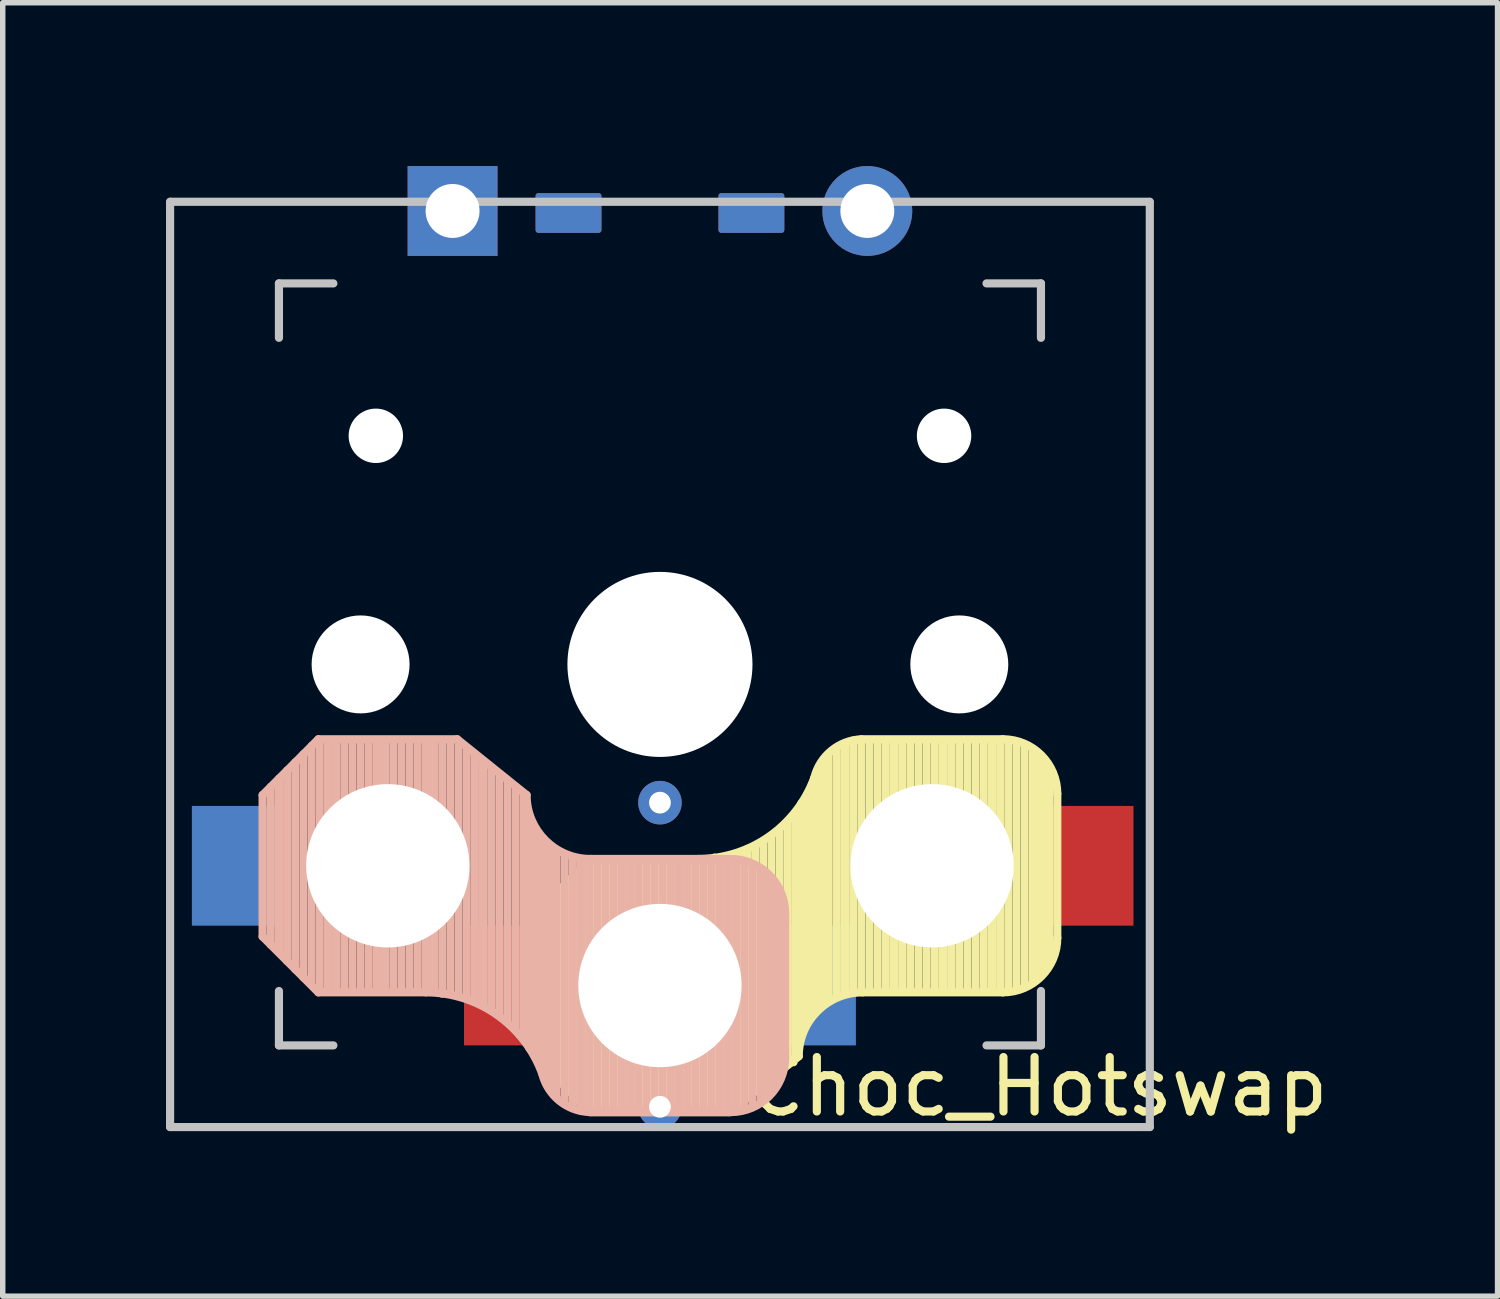
<source format=kicad_pcb>
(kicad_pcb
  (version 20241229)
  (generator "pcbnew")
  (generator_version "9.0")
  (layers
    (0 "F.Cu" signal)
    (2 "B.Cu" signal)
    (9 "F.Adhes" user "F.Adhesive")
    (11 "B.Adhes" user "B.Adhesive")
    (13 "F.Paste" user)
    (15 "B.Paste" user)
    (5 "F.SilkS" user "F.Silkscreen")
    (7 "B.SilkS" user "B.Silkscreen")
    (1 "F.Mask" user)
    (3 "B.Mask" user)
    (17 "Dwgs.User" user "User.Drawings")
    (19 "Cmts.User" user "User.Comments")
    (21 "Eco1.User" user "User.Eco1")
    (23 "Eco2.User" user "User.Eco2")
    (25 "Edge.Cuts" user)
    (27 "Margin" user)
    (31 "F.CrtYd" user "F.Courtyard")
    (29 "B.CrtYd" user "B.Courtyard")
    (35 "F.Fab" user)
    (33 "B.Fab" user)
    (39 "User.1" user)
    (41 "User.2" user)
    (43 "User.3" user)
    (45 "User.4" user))
  (footprint "Choc_Hotswap"
    (layer "F.Cu")
    (at 9.075 9.157)
    (property "Reference" "Choc_Hotswap" (at 6.954 7.759 0) (layer "F.SilkS") (effects (font (size 1 1) (thickness 0.15))))
    (attr through_hole)
    (fp_line (start -2.3 4.6) (end -1.275 3.575) (stroke (width 0.15) (type solid)) (layer "F.SilkS"))
    (fp_line (start -2.3 7.2) (end -2.3 4.6) (stroke (width 0.15) (type solid)) (layer "F.SilkS"))
    (fp_line (start -2.3 7.2) (end -1.275 8.225) (stroke (width 0.15) (type solid)) (layer "F.SilkS"))
    (fp_line (start -2.15 4.45) (end -2.15 7.35) (stroke (width 0.15) (type solid)) (layer "F.SilkS"))
    (fp_line (start -2 4.35) (end -2 7.5) (stroke (width 0.15) (type solid)) (layer "F.SilkS"))
    (fp_line (start -1.85 4.15) (end -1.85 7.65) (stroke (width 0.15) (type solid)) (layer "F.SilkS"))
    (fp_line (start -1.7 4) (end -1.7 7.8) (stroke (width 0.15) (type solid)) (layer "F.SilkS"))
    (fp_line (start -1.55 3.85) (end -1.55 7.95) (stroke (width 0.15) (type solid)) (layer "F.SilkS"))
    (fp_line (start -1.4 3.75) (end -1.4 8.1) (stroke (width 0.15) (type solid)) (layer "F.SilkS"))
    (fp_line (start -1.25 3.6) (end -1.25 8.2) (stroke (width 0.15) (type solid)) (layer "F.SilkS"))
    (fp_line (start -1.1 3.6) (end -1.1 8.2) (stroke (width 0.15) (type solid)) (layer "F.SilkS"))
    (fp_line (start -0.95 3.6) (end -0.95 8.2) (stroke (width 0.15) (type solid)) (layer "F.SilkS"))
    (fp_line (start -0.8 3.6) (end -0.8 8.2) (stroke (width 0.15) (type solid)) (layer "F.SilkS"))
    (fp_line (start -0.65 3.6) (end -0.65 8.2) (stroke (width 0.15) (type solid)) (layer "F.SilkS"))
    (fp_line (start -0.5 3.6) (end -0.5 8.2) (stroke (width 0.15) (type solid)) (layer "F.SilkS"))
    (fp_line (start -0.35 3.6) (end -0.35 8.2) (stroke (width 0.15) (type solid)) (layer "F.SilkS"))
    (fp_line (start -0.2 3.6) (end -0.2 8.2) (stroke (width 0.15) (type solid)) (layer "F.SilkS"))
    (fp_line (start -0.05 3.6) (end -0.05 8.2) (stroke (width 0.15) (type solid)) (layer "F.SilkS"))
    (fp_line (start 0.1 3.6) (end 0.1 8.2) (stroke (width 0.15) (type solid)) (layer "F.SilkS"))
    (fp_line (start 0.25 3.6) (end 0.25 8.2) (stroke (width 0.15) (type solid)) (layer "F.SilkS"))
    (fp_line (start 0.4 3.6) (end 0.4 8.2) (stroke (width 0.15) (type solid)) (layer "F.SilkS"))
    (fp_line (start 0.55 3.6) (end 0.55 8.2) (stroke (width 0.15) (type solid)) (layer "F.SilkS"))
    (fp_line (start 0.7 3.575) (end -1.275 3.575) (stroke (width 0.15) (type solid)) (layer "F.SilkS"))
    (fp_line (start 0.7 3.6) (end 0.7 8.2) (stroke (width 0.15) (type solid)) (layer "F.SilkS"))
    (fp_line (start 0.85 3.6) (end 0.85 8.15) (stroke (width 0.15) (type solid)) (layer "F.SilkS"))
    (fp_line (start 1 3.55) (end 1 8.2) (stroke (width 0.15) (type solid)) (layer "F.SilkS"))
    (fp_line (start 1.15 3.55) (end 1.15 8.2) (stroke (width 0.15) (type solid)) (layer "F.SilkS"))
    (fp_line (start 1.275 8.225) (end -1.275 8.225) (stroke (width 0.15) (type solid)) (layer "F.SilkS"))
    (fp_line (start 1.275 8.225) (end 2.55 7.2) (stroke (width 0.15) (type solid)) (layer "F.SilkS"))
    (fp_line (start 1.3 3.55) (end 1.3 8.15) (stroke (width 0.15) (type solid)) (layer "F.SilkS"))
    (fp_line (start 1.45 3.5) (end 1.45 8.05) (stroke (width 0.15) (type solid)) (layer "F.SilkS"))
    (fp_line (start 1.6 3.4) (end 1.6 7.95) (stroke (width 0.15) (type solid)) (layer "F.SilkS"))
    (fp_line (start 1.75 3.35) (end 1.75 7.8) (stroke (width 0.15) (type solid)) (layer "F.SilkS"))
    (fp_line (start 1.9 3.25) (end 1.9 7.7) (stroke (width 0.15) (type solid)) (layer "F.SilkS"))
    (fp_line (start 2.05 3.15) (end 2.05 7.55) (stroke (width 0.15) (type solid)) (layer "F.SilkS"))
    (fp_line (start 2.2 3.05) (end 2.2 7.45) (stroke (width 0.15) (type solid)) (layer "F.SilkS"))
    (fp_line (start 2.35 2.9) (end 2.35 7.35) (stroke (width 0.15) (type solid)) (layer "F.SilkS"))
    (fp_line (start 2.5 2.75) (end 2.5 7.2) (stroke (width 0.15) (type solid)) (layer "F.SilkS"))
    (fp_line (start 2.6 2.55) (end 2.6 6.7) (stroke (width 0.15) (type solid)) (layer "F.SilkS"))
    (fp_line (start 2.7 2.4) (end 2.7 6.55) (stroke (width 0.15) (type solid)) (layer "F.SilkS"))
    (fp_line (start 2.8 2.2) (end 2.8 6.35) (stroke (width 0.15) (type solid)) (layer "F.SilkS"))
    (fp_line (start 2.9 2.05) (end 2.9 6.25) (stroke (width 0.15) (type solid)) (layer "F.SilkS"))
    (fp_line (start 3 1.8) (end 3 6.2) (stroke (width 0.15) (type solid)) (layer "F.SilkS"))
    (fp_line (start 3.1 1.65) (end 3.1 6.15) (stroke (width 0.15) (type solid)) (layer "F.SilkS"))
    (fp_line (start 3.25 1.55) (end 3.25 6.1) (stroke (width 0.15) (type solid)) (layer "F.SilkS"))
    (fp_line (start 3.4 1.45) (end 3.4 6) (stroke (width 0.15) (type solid)) (layer "F.SilkS"))
    (fp_line (start 3.55 1.4) (end 3.55 6) (stroke (width 0.15) (type solid)) (layer "F.SilkS"))
    (fp_line (start 3.7 1.4) (end 3.7 6) (stroke (width 0.15) (type solid)) (layer "F.SilkS"))
    (fp_line (start 3.85 1.4) (end 3.85 5.95) (stroke (width 0.15) (type solid)) (layer "F.SilkS"))
    (fp_line (start 4 1.4) (end 4 6) (stroke (width 0.15) (type solid)) (layer "F.SilkS"))
    (fp_line (start 4.15 1.4) (end 4.15 6) (stroke (width 0.15) (type solid)) (layer "F.SilkS"))
    (fp_line (start 4.3 1.4) (end 4.3 6) (stroke (width 0.15) (type solid)) (layer "F.SilkS"))
    (fp_line (start 4.45 1.4) (end 4.45 6) (stroke (width 0.15) (type solid)) (layer "F.SilkS"))
    (fp_line (start 4.6 1.4) (end 4.6 6) (stroke (width 0.15) (type solid)) (layer "F.SilkS"))
    (fp_line (start 4.75 1.4) (end 4.75 6) (stroke (width 0.15) (type solid)) (layer "F.SilkS"))
    (fp_line (start 4.9 1.4) (end 4.9 6) (stroke (width 0.15) (type solid)) (layer "F.SilkS"))
    (fp_line (start 5.05 1.4) (end 5.05 6) (stroke (width 0.15) (type solid)) (layer "F.SilkS"))
    (fp_line (start 5.2 1.4) (end 5.2 6) (stroke (width 0.15) (type solid)) (layer "F.SilkS"))
    (fp_line (start 5.35 1.4) (end 5.35 6) (stroke (width 0.15) (type solid)) (layer "F.SilkS"))
    (fp_line (start 5.5 1.4) (end 5.5 6) (stroke (width 0.15) (type solid)) (layer "F.SilkS"))
    (fp_line (start 5.65 1.4) (end 5.65 6) (stroke (width 0.15) (type solid)) (layer "F.SilkS"))
    (fp_line (start 5.8 1.4) (end 5.8 6) (stroke (width 0.15) (type solid)) (layer "F.SilkS"))
    (fp_line (start 5.95 1.4) (end 5.95 6) (stroke (width 0.15) (type solid)) (layer "F.SilkS"))
    (fp_line (start 6.1 1.4) (end 6.1 6) (stroke (width 0.15) (type solid)) (layer "F.SilkS"))
    (fp_line (start 6.25 1.4) (end 6.25 6) (stroke (width 0.15) (type solid)) (layer "F.SilkS"))
    (fp_line (start 6.3 1.375) (end 3.7 1.375) (stroke (width 0.15) (type solid)) (layer "F.SilkS"))
    (fp_line (start 6.3 6.025) (end 3.725 6.025) (stroke (width 0.15) (type solid)) (layer "F.SilkS"))
    (fp_line (start 6.4 1.4) (end 6.4 5.95) (stroke (width 0.15) (type solid)) (layer "F.SilkS"))
    (fp_line (start 6.55 1.45) (end 6.55 5.95) (stroke (width 0.15) (type solid)) (layer "F.SilkS"))
    (fp_line (start 6.7 1.5) (end 6.7 5.9) (stroke (width 0.15) (type solid)) (layer "F.SilkS"))
    (fp_line (start 6.85 1.6) (end 6.85 5.8) (stroke (width 0.15) (type solid)) (layer "F.SilkS"))
    (fp_line (start 6.95 1.7) (end 6.95 5.65) (stroke (width 0.15) (type solid)) (layer "F.SilkS"))
    (fp_line (start 7.05 1.8) (end 7.05 5.55) (stroke (width 0.15) (type solid)) (layer "F.SilkS"))
    (fp_line (start 7.15 1.95) (end 7.15 5.5) (stroke (width 0.15) (type solid)) (layer "F.SilkS"))
    (fp_line (start 7.3 5.025) (end 7.3 2.375) (stroke (width 0.15) (type solid)) (layer "F.SilkS"))
    (fp_arc (start 2.55 7.2) (mid 2.89415 6.36915) (end 3.725 6.025) (stroke (width 0.15) (type solid)) (layer "F.SilkS"))
    (fp_arc (start 2.837801 2.078096) (mid 2.004887 3.163571) (end 0.7 3.575) (stroke (width 0.15) (type solid)) (layer "F.SilkS"))
    (fp_arc (start 2.837801 2.078096) (mid 3.151716 1.583979) (end 3.699005 1.376209) (stroke (width 0.15) (type solid)) (layer "F.SilkS"))
    (fp_arc (start 6.3 1.375) (mid 7.007107 1.667893) (end 7.3 2.375) (stroke (width 0.15) (type solid)) (layer "F.SilkS"))
    (fp_arc (start 7.3 5.025) (mid 7.007107 5.732107) (end 6.3 6.025) (stroke (width 0.15) (type solid)) (layer "F.SilkS"))
    (fp_line (start -7.3 2.4) (end -7.3 5) (stroke (width 0.15) (type solid)) (layer "B.SilkS"))
    (fp_line (start -7.3 2.4) (end -6.275 1.375) (stroke (width 0.15) (type solid)) (layer "B.SilkS"))
    (fp_line (start -7.3 5) (end -6.275 6.025) (stroke (width 0.15) (type solid)) (layer "B.SilkS"))
    (fp_line (start -7.15 5.15) (end -7.15 2.25) (stroke (width 0.15) (type solid)) (layer "B.SilkS"))
    (fp_line (start -7 5.25) (end -7 2.1) (stroke (width 0.15) (type solid)) (layer "B.SilkS"))
    (fp_line (start -6.85 5.45) (end -6.85 1.95) (stroke (width 0.15) (type solid)) (layer "B.SilkS"))
    (fp_line (start -6.7 5.6) (end -6.7 1.8) (stroke (width 0.15) (type solid)) (layer "B.SilkS"))
    (fp_line (start -6.55 5.75) (end -6.55 1.65) (stroke (width 0.15) (type solid)) (layer "B.SilkS"))
    (fp_line (start -6.4 5.85) (end -6.4 1.5) (stroke (width 0.15) (type solid)) (layer "B.SilkS"))
    (fp_line (start -6.25 6) (end -6.25 1.4) (stroke (width 0.15) (type solid)) (layer "B.SilkS"))
    (fp_line (start -6.1 6) (end -6.1 1.4) (stroke (width 0.15) (type solid)) (layer "B.SilkS"))
    (fp_line (start -5.95 6) (end -5.95 1.4) (stroke (width 0.15) (type solid)) (layer "B.SilkS"))
    (fp_line (start -5.8 6) (end -5.8 1.4) (stroke (width 0.15) (type solid)) (layer "B.SilkS"))
    (fp_line (start -5.65 6) (end -5.65 1.4) (stroke (width 0.15) (type solid)) (layer "B.SilkS"))
    (fp_line (start -5.5 6) (end -5.5 1.4) (stroke (width 0.15) (type solid)) (layer "B.SilkS"))
    (fp_line (start -5.35 6) (end -5.35 1.4) (stroke (width 0.15) (type solid)) (layer "B.SilkS"))
    (fp_line (start -5.2 6) (end -5.2 1.4) (stroke (width 0.15) (type solid)) (layer "B.SilkS"))
    (fp_line (start -5.05 6) (end -5.05 1.4) (stroke (width 0.15) (type solid)) (layer "B.SilkS"))
    (fp_line (start -4.9 6) (end -4.9 1.4) (stroke (width 0.15) (type solid)) (layer "B.SilkS"))
    (fp_line (start -4.75 6) (end -4.75 1.4) (stroke (width 0.15) (type solid)) (layer "B.SilkS"))
    (fp_line (start -4.6 6) (end -4.6 1.4) (stroke (width 0.15) (type solid)) (layer "B.SilkS"))
    (fp_line (start -4.45 6) (end -4.45 1.4) (stroke (width 0.15) (type solid)) (layer "B.SilkS"))
    (fp_line (start -4.3 6) (end -4.3 1.4) (stroke (width 0.15) (type solid)) (layer "B.SilkS"))
    (fp_line (start -4.3 6.025) (end -6.275 6.025) (stroke (width 0.15) (type solid)) (layer "B.SilkS"))
    (fp_line (start -4.15 6) (end -4.15 1.45) (stroke (width 0.15) (type solid)) (layer "B.SilkS"))
    (fp_line (start -4 6.05) (end -4 1.4) (stroke (width 0.15) (type solid)) (layer "B.SilkS"))
    (fp_line (start -3.85 6.05) (end -3.85 1.4) (stroke (width 0.15) (type solid)) (layer "B.SilkS"))
    (fp_line (start -3.725 1.375) (end -6.275 1.375) (stroke (width 0.15) (type solid)) (layer "B.SilkS"))
    (fp_line (start -3.725 1.375) (end -2.45 2.4) (stroke (width 0.15) (type solid)) (layer "B.SilkS"))
    (fp_line (start -3.7 6.05) (end -3.7 1.45) (stroke (width 0.15) (type solid)) (layer "B.SilkS"))
    (fp_line (start -3.55 6.1) (end -3.55 1.55) (stroke (width 0.15) (type solid)) (layer "B.SilkS"))
    (fp_line (start -3.4 6.2) (end -3.4 1.65) (stroke (width 0.15) (type solid)) (layer "B.SilkS"))
    (fp_line (start -3.25 6.25) (end -3.25 1.8) (stroke (width 0.15) (type solid)) (layer "B.SilkS"))
    (fp_line (start -3.1 6.35) (end -3.1 1.9) (stroke (width 0.15) (type solid)) (layer "B.SilkS"))
    (fp_line (start -2.95 6.45) (end -2.95 2.05) (stroke (width 0.15) (type solid)) (layer "B.SilkS"))
    (fp_line (start -2.8 6.55) (end -2.8 2.15) (stroke (width 0.15) (type solid)) (layer "B.SilkS"))
    (fp_line (start -2.65 6.7) (end -2.65 2.25) (stroke (width 0.15) (type solid)) (layer "B.SilkS"))
    (fp_line (start -2.5 6.85) (end -2.5 2.4) (stroke (width 0.15) (type solid)) (layer "B.SilkS"))
    (fp_line (start -2.4 7.05) (end -2.4 2.9) (stroke (width 0.15) (type solid)) (layer "B.SilkS"))
    (fp_line (start -2.3 7.2) (end -2.3 3.05) (stroke (width 0.15) (type solid)) (layer "B.SilkS"))
    (fp_line (start -2.2 7.4) (end -2.2 3.25) (stroke (width 0.15) (type solid)) (layer "B.SilkS"))
    (fp_line (start -2.1 7.55) (end -2.1 3.35) (stroke (width 0.15) (type solid)) (layer "B.SilkS"))
    (fp_line (start -2 7.8) (end -2 3.4) (stroke (width 0.15) (type solid)) (layer "B.SilkS"))
    (fp_line (start -1.9 7.95) (end -1.9 3.45) (stroke (width 0.15) (type solid)) (layer "B.SilkS"))
    (fp_line (start -1.75 8.05) (end -1.75 3.5) (stroke (width 0.15) (type solid)) (layer "B.SilkS"))
    (fp_line (start -1.6 8.15) (end -1.6 3.6) (stroke (width 0.15) (type solid)) (layer "B.SilkS"))
    (fp_line (start -1.45 8.2) (end -1.45 3.6) (stroke (width 0.15) (type solid)) (layer "B.SilkS"))
    (fp_line (start -1.3 8.2) (end -1.3 3.6) (stroke (width 0.15) (type solid)) (layer "B.SilkS"))
    (fp_line (start -1.15 8.2) (end -1.15 3.65) (stroke (width 0.15) (type solid)) (layer "B.SilkS"))
    (fp_line (start -1 8.2) (end -1 3.6) (stroke (width 0.15) (type solid)) (layer "B.SilkS"))
    (fp_line (start -0.85 8.2) (end -0.85 3.6) (stroke (width 0.15) (type solid)) (layer "B.SilkS"))
    (fp_line (start -0.7 8.2) (end -0.7 3.6) (stroke (width 0.15) (type solid)) (layer "B.SilkS"))
    (fp_line (start -0.55 8.2) (end -0.55 3.6) (stroke (width 0.15) (type solid)) (layer "B.SilkS"))
    (fp_line (start -0.4 8.2) (end -0.4 3.6) (stroke (width 0.15) (type solid)) (layer "B.SilkS"))
    (fp_line (start -0.25 8.2) (end -0.25 3.6) (stroke (width 0.15) (type solid)) (layer "B.SilkS"))
    (fp_line (start -0.1 8.2) (end -0.1 3.6) (stroke (width 0.15) (type solid)) (layer "B.SilkS"))
    (fp_line (start 0.05 8.2) (end 0.05 3.6) (stroke (width 0.15) (type solid)) (layer "B.SilkS"))
    (fp_line (start 0.2 8.2) (end 0.2 3.6) (stroke (width 0.15) (type solid)) (layer "B.SilkS"))
    (fp_line (start 0.35 8.2) (end 0.35 3.6) (stroke (width 0.15) (type solid)) (layer "B.SilkS"))
    (fp_line (start 0.5 8.2) (end 0.5 3.6) (stroke (width 0.15) (type solid)) (layer "B.SilkS"))
    (fp_line (start 0.65 8.2) (end 0.65 3.6) (stroke (width 0.15) (type solid)) (layer "B.SilkS"))
    (fp_line (start 0.8 8.2) (end 0.8 3.6) (stroke (width 0.15) (type solid)) (layer "B.SilkS"))
    (fp_line (start 0.95 8.2) (end 0.95 3.6) (stroke (width 0.15) (type solid)) (layer "B.SilkS"))
    (fp_line (start 1.1 8.2) (end 1.1 3.6) (stroke (width 0.15) (type solid)) (layer "B.SilkS"))
    (fp_line (start 1.25 8.2) (end 1.25 3.6) (stroke (width 0.15) (type solid)) (layer "B.SilkS"))
    (fp_line (start 1.3 3.575) (end -1.275 3.575) (stroke (width 0.15) (type solid)) (layer "B.SilkS"))
    (fp_line (start 1.3 8.225) (end -1.3 8.225) (stroke (width 0.15) (type solid)) (layer "B.SilkS"))
    (fp_line (start 1.4 8.2) (end 1.4 3.65) (stroke (width 0.15) (type solid)) (layer "B.SilkS"))
    (fp_line (start 1.55 8.15) (end 1.55 3.65) (stroke (width 0.15) (type solid)) (layer "B.SilkS"))
    (fp_line (start 1.7 8.1) (end 1.7 3.7) (stroke (width 0.15) (type solid)) (layer "B.SilkS"))
    (fp_line (start 1.85 8) (end 1.85 3.8) (stroke (width 0.15) (type solid)) (layer "B.SilkS"))
    (fp_line (start 1.95 7.9) (end 1.95 3.95) (stroke (width 0.15) (type solid)) (layer "B.SilkS"))
    (fp_line (start 2.05 7.8) (end 2.05 4.05) (stroke (width 0.15) (type solid)) (layer "B.SilkS"))
    (fp_line (start 2.15 7.65) (end 2.15 4.1) (stroke (width 0.15) (type solid)) (layer "B.SilkS"))
    (fp_line (start 2.3 4.575) (end 2.3 7.225) (stroke (width 0.15) (type solid)) (layer "B.SilkS"))
    (fp_arc (start -4.3 6.025) (mid -2.995114 6.436429) (end -2.162199 7.521904) (stroke (width 0.15) (type solid)) (layer "B.SilkS"))
    (fp_arc (start -1.300995 8.223791) (mid -1.848286 8.016021) (end -2.162199 7.521904) (stroke (width 0.15) (type solid)) (layer "B.SilkS"))
    (fp_arc (start -1.275 3.575) (mid -2.10585 3.23085) (end -2.45 2.4) (stroke (width 0.15) (type solid)) (layer "B.SilkS"))
    (fp_arc (start 1.3 3.575) (mid 2.007107 3.867893) (end 2.3 4.575) (stroke (width 0.15) (type solid)) (layer "B.SilkS"))
    (fp_arc (start 2.3 7.225) (mid 2.007107 7.932107) (end 1.3 8.225) (stroke (width 0.15) (type solid)) (layer "B.SilkS"))
    (fp_line (start -9 8.499) (end -9 -8.499) (stroke (width 0.15) (type solid)) (layer "Dwgs.User"))
    (fp_line (start -8.998 -8.5) (end 8.998 -8.5) (stroke (width 0.15) (type solid)) (layer "Dwgs.User"))
    (fp_line (start -7 -7) (end -6 -7) (stroke (width 0.15) (type solid)) (layer "Dwgs.User"))
    (fp_line (start -7 -6) (end -7 -7) (stroke (width 0.15) (type solid)) (layer "Dwgs.User"))
    (fp_line (start -7 7) (end -7 6) (stroke (width 0.15) (type solid)) (layer "Dwgs.User"))
    (fp_line (start -6 7) (end -7 7) (stroke (width 0.15) (type solid)) (layer "Dwgs.User"))
    (fp_line (start 6 7) (end 7 7) (stroke (width 0.15) (type solid)) (layer "Dwgs.User"))
    (fp_line (start 7 -7) (end 6 -7) (stroke (width 0.15) (type solid)) (layer "Dwgs.User"))
    (fp_line (start 7 -6) (end 7 -7) (stroke (width 0.15) (type solid)) (layer "Dwgs.User"))
    (fp_line (start 7 7) (end 7 6) (stroke (width 0.15) (type solid)) (layer "Dwgs.User"))
    (fp_line (start 9 -8.498) (end 9 8.499) (stroke (width 0.15) (type solid)) (layer "Dwgs.User"))
    (fp_line (start 9 8.5) (end -9 8.5) (stroke (width 0.15) (type solid)) (layer "Dwgs.User"))
    (pad "" np_thru_hole circle (at -5.5 0 90) (size 1.8 1.8) (drill 1.8) (layers "*.Cu" "*.Mask"))
    (pad "" np_thru_hole circle (at -5.22 -4.2 180) (size 1 1) (drill 1) (layers "*.Cu" "*.Mask"))
    (pad "" np_thru_hole circle (at -5 3.7 90) (size 3 3) (drill 3) (layers "*.Cu" "*.Mask"))
    (pad "" np_thru_hole circle (at 0 0 90) (size 3.4 3.4) (drill 3.4) (layers "*.Cu" "*.Mask"))
    (pad "" np_thru_hole circle (at 0 5.9 90) (size 3 3) (drill 3) (layers "*.Cu" "*.Mask"))
    (pad "" np_thru_hole circle (at 5 3.7 270) (size 3 3) (drill 3) (layers "*.Cu" "*.Mask"))
    (pad "" np_thru_hole circle (at 5.22 -4.2 180) (size 1 1) (drill 1) (layers "*.Cu" "*.Mask"))
    (pad "" np_thru_hole circle (at 5.5 0 90) (size 1.8 1.8) (drill 1.8) (layers "*.Cu" "*.Mask"))
    (pad "1" smd rect (at -7.8 3.7 180) (size 1.6 2.2) (layers "B.Cu" "B.Mask" "B.Paste"))
    (pad "1" thru_hole circle (at 0 2.54 180) (size 0.8 0.8) (drill 0.4) (layers "*.Cu" "*.Mask"))
    (pad "1" smd rect (at 7.9 3.7 180) (size 1.6 2.2) (layers "F.Cu" "F.Mask" "F.Paste"))
    (pad "2" smd rect (at -2.8 5.9 180) (size 1.6 2.2) (layers "F.Cu" "F.Mask" "F.Paste"))
    (pad "2" thru_hole circle (at 0 8.128 180) (size 0.8 0.8) (drill 0.4) (layers "*.Cu" "*.Mask"))
    (pad "2" smd rect (at 2.8 5.9 180) (size 1.6 2.2) (layers "B.Cu" "B.Mask" "B.Paste"))
    (pad "3" smd roundrect (at 1.68 -8.294 180) (size 1.21 0.73) (layers "F.Cu" "F.Mask" "F.Paste") (roundrect_rratio 0.07))
    (pad "3" smd roundrect (at 1.68 -8.294 180) (size 1.21 0.73) (layers "B.Cu" "B.Mask" "B.Paste") (roundrect_rratio 0.07))
    (pad "3" thru_hole circle (at 3.81 -8.331 180) (size 1.651 1.651) (drill 0.991) (layers "*.Cu" "*.Mask"))
    (pad "4" thru_hole rect (at -3.81 -8.331 180) (size 1.651 1.651) (drill 0.991) (layers "*.Cu" "*.Mask"))
    (pad "4" smd roundrect (at -1.68 -8.294 180) (size 1.21 0.73) (layers "F.Cu" "F.Mask" "F.Paste") (roundrect_rratio 0.07))
    (pad "4" smd roundrect (at -1.68 -8.294 180) (size 1.21 0.73) (layers "B.Cu" "B.Mask" "B.Paste") (roundrect_rratio 0.07)))
  (gr_rect
    (start -3 -3)
    (end 24.464 20.764)
    (stroke (width 0.1) (type default))
    (fill no)
    (layer "Edge.Cuts")))
</source>
